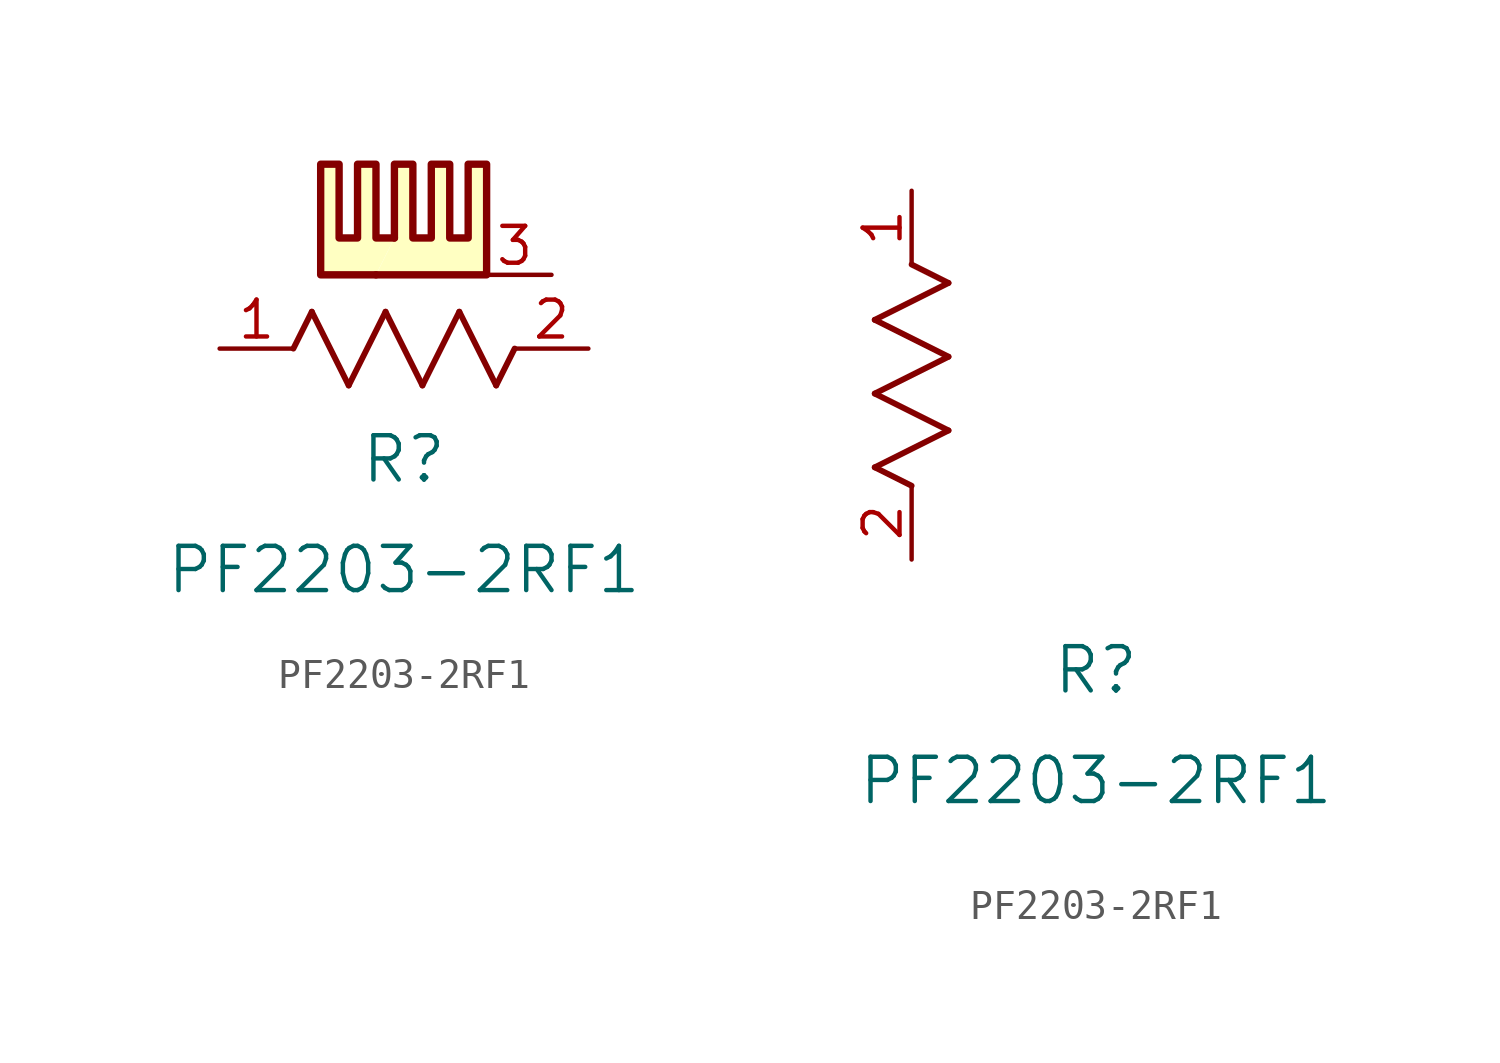
<source format=kicad_sym>
(kicad_symbol_lib
  (version 20231120)
  (generator "kicad_symbol_editor")
  (generator_version "8.0")
  (symbol "PF2203-2RF1"
    (pin_names
      (offset 0.254))
    (property "Reference" "R"
      (at 6.35 -3.81 0)
      (effects (font (size 1.524 1.524))))
    (property "Value" "PF2203-2RF1"
      (at 6.35 -7.62 0)
      (effects (font (size 1.524 1.524))))
    (symbol "PF2203-2RF1_0_1"
      (polyline (pts (xy 6.02 3.81) (xy 5.385 3.81) (xy 5.385 6.35) (xy 4.75 6.35) (xy 4.75 3.81) (xy 4.115 3.81) (xy 4.115 6.35) (xy 3.48 6.35) (xy 3.48 2.54) (xy 5.385 2.54)) (stroke (width 0.254) (type default)) (fill (type background)))
      (polyline (pts (xy 6.02 3.81) (xy 6.02 6.35) (xy 6.655 6.35) (xy 6.655 3.81) (xy 7.29 3.81) (xy 7.29 6.35) (xy 7.925 6.35) (xy 7.925 3.81) (xy 8.56 3.81) (xy 8.56 6.35) (xy 9.195 6.35) (xy 9.195 2.54) (xy 5.385 2.54)) (stroke (width 0.254) (type default)) (fill (type background))))
    (symbol "PF2203-2RF1_1_1"
      (polyline (pts (xy 2.54 0) (xy 3.175 1.27)) (stroke (width 0.203) (type default)) (fill (type none)))
      (polyline (pts (xy 3.175 1.27) (xy 4.445 -1.27)) (stroke (width 0.203) (type default)) (fill (type none)))
      (polyline (pts (xy 4.445 -1.27) (xy 5.715 1.27)) (stroke (width 0.203) (type default)) (fill (type none)))
      (polyline (pts (xy 5.715 1.27) (xy 6.985 -1.27)) (stroke (width 0.203) (type default)) (fill (type none)))
      (polyline (pts (xy 6.985 -1.27) (xy 8.255 1.27)) (stroke (width 0.203) (type default)) (fill (type none)))
      (polyline (pts (xy 8.255 1.27) (xy 9.525 -1.27)) (stroke (width 0.203) (type default)) (fill (type none)))
      (polyline (pts (xy 9.525 -1.27) (xy 10.16 0)) (stroke (width 0.203) (type default)) (fill (type none)))
      (pin unspecified line (at 0 0 0) (length 2.54) (name "" (effects (font (size 1.27 1.27)))) (number "1" (effects (font (size 1.27 1.27)))))
      (pin unspecified line (at 12.7 0 180) (length 2.54) (name "" (effects (font (size 1.27 1.27)))) (number "2" (effects (font (size 1.27 1.27)))))
      (pin passive line (at 11.43 2.54 180) (length 2.54) (name "~" (effects (font (size 1.27 1.27)))) (number "3" (effects (font (size 1.27 1.27))))))
    (symbol "PF2203-2RF1_1_2"
      (polyline (pts (xy -1.27 3.175) (xy 1.27 4.445)) (stroke (width 0.203) (type default)) (fill (type none)))
      (polyline (pts (xy -1.27 5.715) (xy 1.27 6.985)) (stroke (width 0.203) (type default)) (fill (type none)))
      (polyline (pts (xy -1.27 8.255) (xy 1.27 9.525)) (stroke (width 0.203) (type default)) (fill (type none)))
      (polyline (pts (xy 0 2.54) (xy -1.27 3.175)) (stroke (width 0.203) (type default)) (fill (type none)))
      (polyline (pts (xy 1.27 4.445) (xy -1.27 5.715)) (stroke (width 0.203) (type default)) (fill (type none)))
      (polyline (pts (xy 1.27 6.985) (xy -1.27 8.255)) (stroke (width 0.203) (type default)) (fill (type none)))
      (polyline (pts (xy 1.27 9.525) (xy 0 10.16)) (stroke (width 0.203) (type default)) (fill (type none)))
      (pin unspecified line (at 0 12.7 270) (length 2.54) (name "" (effects (font (size 1.27 1.27)))) (number "1" (effects (font (size 1.27 1.27)))))
      (pin unspecified line (at 0 0 90) (length 2.54) (name "" (effects (font (size 1.27 1.27)))) (number "2" (effects (font (size 1.27 1.27))))))))
</source>
